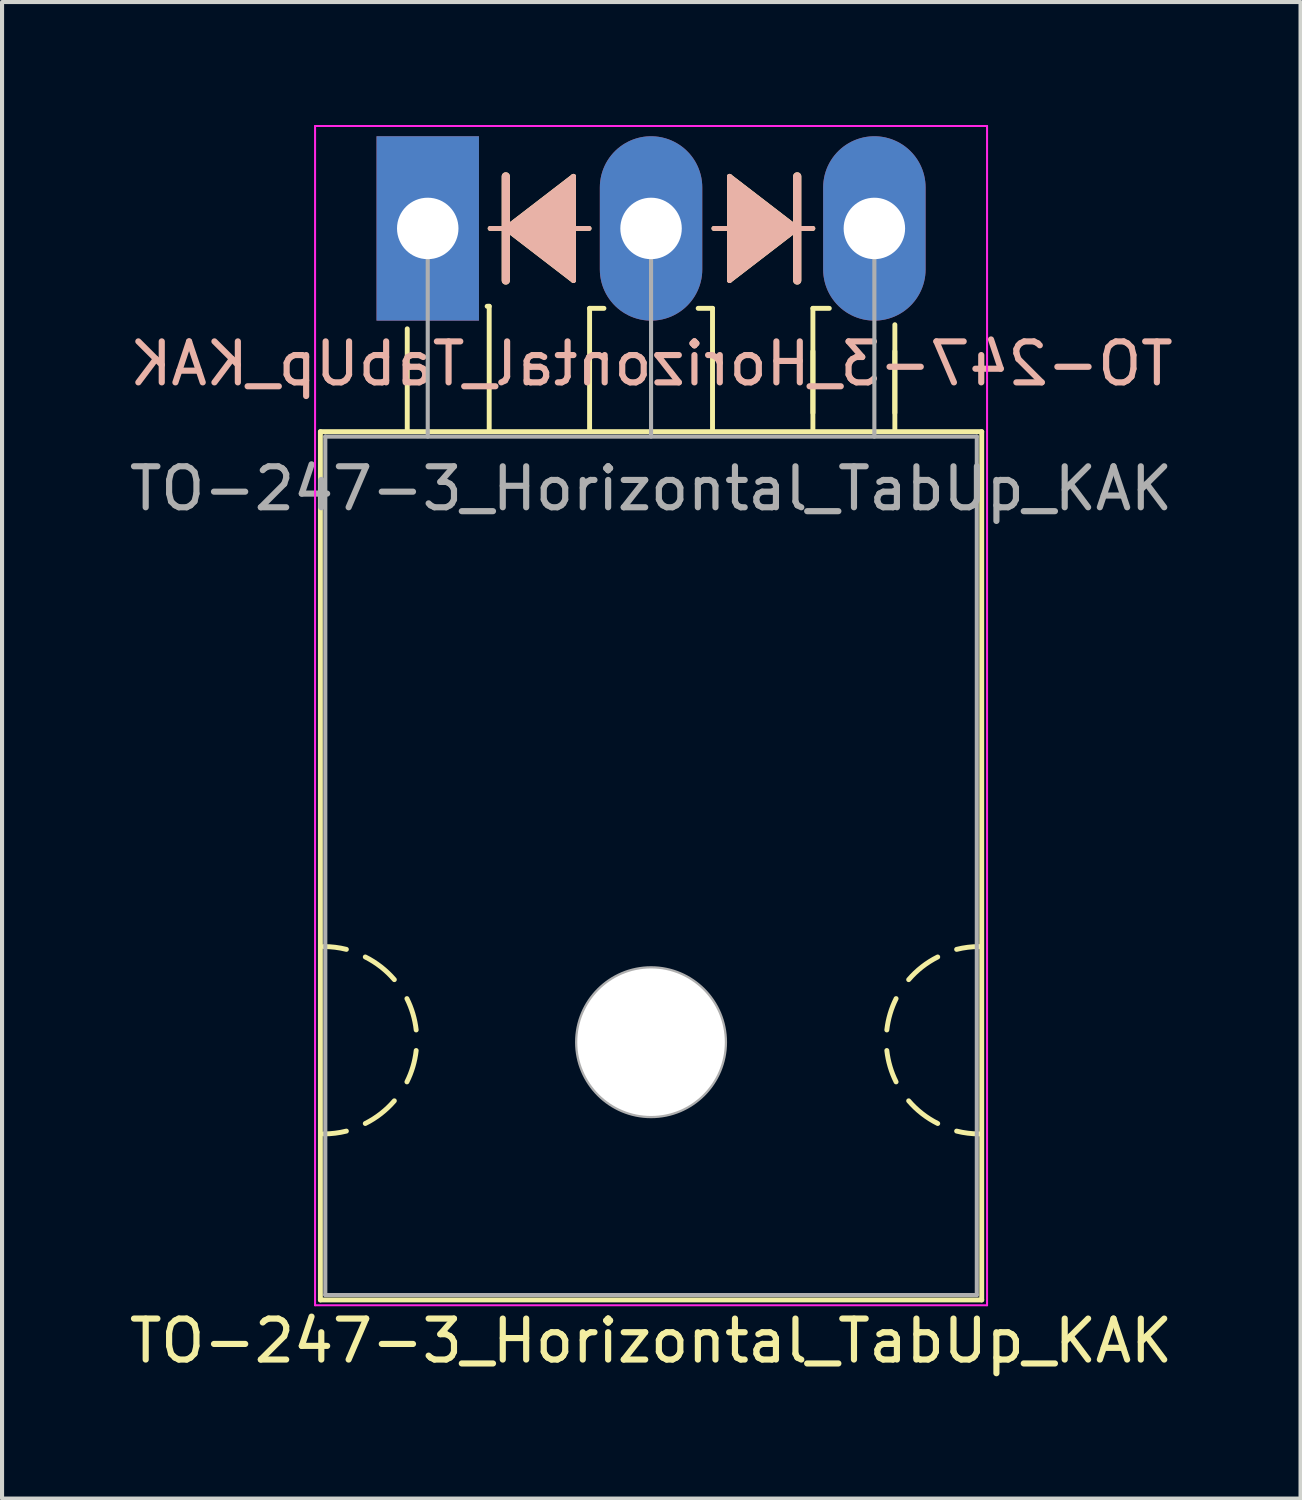
<source format=kicad_pcb>
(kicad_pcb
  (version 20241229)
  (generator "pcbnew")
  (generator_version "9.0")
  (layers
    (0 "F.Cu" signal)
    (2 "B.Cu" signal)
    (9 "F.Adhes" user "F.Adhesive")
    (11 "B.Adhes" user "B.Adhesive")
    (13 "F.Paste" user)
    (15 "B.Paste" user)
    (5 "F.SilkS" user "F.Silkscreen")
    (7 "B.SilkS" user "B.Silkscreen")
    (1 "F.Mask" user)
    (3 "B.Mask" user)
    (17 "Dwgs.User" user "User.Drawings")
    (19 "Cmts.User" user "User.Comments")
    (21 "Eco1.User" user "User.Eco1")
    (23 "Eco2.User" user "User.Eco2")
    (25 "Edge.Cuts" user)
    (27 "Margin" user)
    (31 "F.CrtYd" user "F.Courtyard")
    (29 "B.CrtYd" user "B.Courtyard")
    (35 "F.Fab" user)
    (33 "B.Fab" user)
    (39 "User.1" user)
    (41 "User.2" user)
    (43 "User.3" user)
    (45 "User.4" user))
  (footprint "TO-247-3_Horizontal_TabUp_KAK"
    (layer "F.Cu")
    (at 7.389 2.525)
    (property "Reference" "TO-247-3_Horizontal_TabUp_KAK" (at 5.45 27.15 0) (layer "F.SilkS") (effects (font (size 1 1) (thickness 0.15))))
    (fp_line (start -2.62 4.96) (end -2.62 26.15) (stroke (width 0.12) (type solid)) (layer "F.SilkS"))
    (fp_line (start -2.62 4.96) (end 13.52 4.96) (stroke (width 0.12) (type solid)) (layer "F.SilkS"))
    (fp_line (start -2.62 26.15) (end 13.52 26.15) (stroke (width 0.12) (type solid)) (layer "F.SilkS"))
    (fp_line (start -0.5 4.9) (end -0.5 2.45) (stroke (width 0.12) (type solid)) (layer "F.SilkS"))
    (fp_line (start 1.5 1.9) (end 1.45 1.9) (stroke (width 0.12) (type solid)) (layer "F.SilkS"))
    (fp_line (start 1.5 4.9) (end 1.5 1.9) (stroke (width 0.12) (type solid)) (layer "F.SilkS"))
    (fp_line (start 1.524 0) (end 1.905 0) (stroke (width 0.12) (type solid)) (layer "F.SilkS"))
    (fp_line (start 1.905 -1.27) (end 1.905 0) (stroke (width 0.2) (type solid)) (layer "F.SilkS"))
    (fp_line (start 1.905 0) (end 1.905 1.27) (stroke (width 0.2) (type solid)) (layer "F.SilkS"))
    (fp_line (start 1.905 0) (end 3.556 1.27) (stroke (width 0.12) (type solid)) (layer "F.SilkS"))
    (fp_line (start 3.556 -1.27) (end 1.905 0) (stroke (width 0.12) (type solid)) (layer "F.SilkS"))
    (fp_line (start 3.556 1.27) (end 3.556 -1.27) (stroke (width 0.12) (type solid)) (layer "F.SilkS"))
    (fp_line (start 3.937 0) (end 3.556 0) (stroke (width 0.12) (type solid)) (layer "F.SilkS"))
    (fp_line (start 3.95 1.95) (end 4.3 1.95) (stroke (width 0.12) (type solid)) (layer "F.SilkS"))
    (fp_line (start 3.95 4.95) (end 3.95 1.95) (stroke (width 0.12) (type solid)) (layer "F.SilkS"))
    (fp_line (start 6.95 1.95) (end 6.6 1.95) (stroke (width 0.12) (type solid)) (layer "F.SilkS"))
    (fp_line (start 6.95 4.95) (end 6.95 1.95) (stroke (width 0.12) (type solid)) (layer "F.SilkS"))
    (fp_line (start 6.985 0) (end 7.366 0) (stroke (width 0.12) (type solid)) (layer "F.SilkS"))
    (fp_line (start 7.366 -1.27) (end 7.366 1.27) (stroke (width 0.12) (type solid)) (layer "F.SilkS"))
    (fp_line (start 7.366 1.27) (end 9.017 0) (stroke (width 0.12) (type solid)) (layer "F.SilkS"))
    (fp_line (start 9.017 0) (end 7.366 -1.27) (stroke (width 0.12) (type solid)) (layer "F.SilkS"))
    (fp_line (start 9.017 0) (end 9.017 -1.27) (stroke (width 0.2) (type solid)) (layer "F.SilkS"))
    (fp_line (start 9.017 1.27) (end 9.017 0) (stroke (width 0.2) (type solid)) (layer "F.SilkS"))
    (fp_line (start 9.398 0) (end 9.017 0) (stroke (width 0.12) (type solid)) (layer "F.SilkS"))
    (fp_line (start 9.4 1.95) (end 9.8 1.95) (stroke (width 0.12) (type solid)) (layer "F.SilkS"))
    (fp_line (start 9.4 4.5) (end 9.4 3) (stroke (width 0.12) (type solid)) (layer "F.SilkS"))
    (fp_line (start 9.4 4.95) (end 9.4 1.95) (stroke (width 0.12) (type solid)) (layer "F.SilkS"))
    (fp_line (start 11.4 4.5) (end 11.4 3) (stroke (width 0.12) (type solid)) (layer "F.SilkS"))
    (fp_line (start 11.4 4.95) (end 11.4 2.35) (stroke (width 0.12) (type solid)) (layer "F.SilkS"))
    (fp_line (start 13.52 4.96) (end 13.52 26.15) (stroke (width 0.12) (type solid)) (layer "F.SilkS"))
    (fp_arc (start -2.54 17.526) (mid -2.260689 17.543128) (end -1.985564 17.594254) (stroke (width 0.12) (type solid)) (layer "F.SilkS"))
    (fp_arc (start -1.985564 22.029746) (mid -2.260689 22.080872) (end -2.54 22.098) (stroke (width 0.12) (type solid)) (layer "F.SilkS"))
    (fp_arc (start -1.524001 17.780001) (mid -1.14188 18.02132) (end -0.815088 18.333504) (stroke (width 0.12) (type solid)) (layer "F.SilkS"))
    (fp_arc (start -0.815087 21.290497) (mid -1.141879 21.60268) (end -1.524 21.844) (stroke (width 0.12) (type solid)) (layer "F.SilkS"))
    (fp_arc (start -0.508001 18.796001) (mid -0.361178 19.168563) (end -0.282051 19.561117) (stroke (width 0.12) (type solid)) (layer "F.SilkS"))
    (fp_arc (start -0.282051 20.062883) (mid -0.361178 20.455437) (end -0.508001 20.827999) (stroke (width 0.12) (type solid)) (layer "F.SilkS"))
    (fp_arc (start 11.204051 19.561117) (mid 11.283178 19.168563) (end 11.430001 18.796001) (stroke (width 0.12) (type solid)) (layer "F.SilkS"))
    (fp_arc (start 11.430001 20.827999) (mid 11.283178 20.455437) (end 11.204051 20.062883) (stroke (width 0.12) (type solid)) (layer "F.SilkS"))
    (fp_arc (start 11.737087 18.333503) (mid 12.063879 18.02132) (end 12.446 17.78) (stroke (width 0.12) (type solid)) (layer "F.SilkS"))
    (fp_arc (start 12.446001 21.843999) (mid 12.06388 21.60268) (end 11.737088 21.290496) (stroke (width 0.12) (type solid)) (layer "F.SilkS"))
    (fp_arc (start 12.907564 17.594254) (mid 13.182689 17.543128) (end 13.462 17.526) (stroke (width 0.12) (type solid)) (layer "F.SilkS"))
    (fp_arc (start 13.462 22.098) (mid 13.182689 22.080872) (end 12.907564 22.029746) (stroke (width 0.12) (type solid)) (layer "F.SilkS"))
    (fp_poly (pts (xy 3.556 1.27) (xy 1.905 0) (xy 3.556 -1.27)) (stroke (width 0.1) (type solid)) (fill yes) (layer "F.SilkS"))
    (fp_poly (pts (xy 9.017 0) (xy 7.366 1.27) (xy 7.366 -1.27)) (stroke (width 0.1) (type solid)) (fill yes) (layer "F.SilkS"))
    (fp_line (start 1.524 0) (end 1.905 0) (stroke (width 0.12) (type solid)) (layer "B.SilkS"))
    (fp_line (start 1.905 0) (end 1.905 -1.27) (stroke (width 0.2) (type solid)) (layer "B.SilkS"))
    (fp_line (start 1.905 0) (end 3.556 -1.27) (stroke (width 0.12) (type solid)) (layer "B.SilkS"))
    (fp_line (start 1.905 1.27) (end 1.905 0) (stroke (width 0.2) (type solid)) (layer "B.SilkS"))
    (fp_line (start 3.556 -1.27) (end 3.556 1.27) (stroke (width 0.12) (type solid)) (layer "B.SilkS"))
    (fp_line (start 3.556 1.27) (end 1.905 0) (stroke (width 0.12) (type solid)) (layer "B.SilkS"))
    (fp_line (start 3.937 0) (end 3.556 0) (stroke (width 0.12) (type solid)) (layer "B.SilkS"))
    (fp_line (start 6.985 0) (end 7.366 0) (stroke (width 0.12) (type solid)) (layer "B.SilkS"))
    (fp_line (start 7.366 -1.27) (end 9.017 0) (stroke (width 0.12) (type solid)) (layer "B.SilkS"))
    (fp_line (start 7.366 1.27) (end 7.366 -1.27) (stroke (width 0.12) (type solid)) (layer "B.SilkS"))
    (fp_line (start 9.017 -1.27) (end 9.017 0) (stroke (width 0.2) (type solid)) (layer "B.SilkS"))
    (fp_line (start 9.017 0) (end 7.366 1.27) (stroke (width 0.12) (type solid)) (layer "B.SilkS"))
    (fp_line (start 9.017 0) (end 9.017 1.27) (stroke (width 0.2) (type solid)) (layer "B.SilkS"))
    (fp_line (start 9.398 0) (end 9.017 0) (stroke (width 0.12) (type solid)) (layer "B.SilkS"))
    (fp_poly (pts (xy 3.556 -1.27) (xy 1.905 0) (xy 3.556 1.27)) (stroke (width 0.1) (type solid)) (fill yes) (layer "B.SilkS"))
    (fp_poly (pts (xy 7.366 1.27) (xy 9.017 0) (xy 7.366 -1.27)) (stroke (width 0.1) (type solid)) (fill yes) (layer "B.SilkS"))
    (fp_line (start -2.75 -2.5) (end -2.75 26.28) (stroke (width 0.05) (type solid)) (layer "F.CrtYd"))
    (fp_line (start -2.75 26.28) (end 13.65 26.28) (stroke (width 0.05) (type solid)) (layer "F.CrtYd"))
    (fp_line (start 13.65 -2.5) (end -2.75 -2.5) (stroke (width 0.05) (type solid)) (layer "F.CrtYd"))
    (fp_line (start 13.65 26.28) (end 13.65 -2.5) (stroke (width 0.05) (type solid)) (layer "F.CrtYd"))
    (fp_line (start -2.5 5.08) (end -2.5 26.03) (stroke (width 0.1) (type solid)) (layer "F.Fab"))
    (fp_line (start -2.5 26.03) (end 13.4 26.03) (stroke (width 0.1) (type solid)) (layer "F.Fab"))
    (fp_line (start 0 5.08) (end 0 0) (stroke (width 0.1) (type solid)) (layer "F.Fab"))
    (fp_line (start 5.45 5.08) (end 5.45 0) (stroke (width 0.1) (type solid)) (layer "F.Fab"))
    (fp_line (start 10.9 5.08) (end 10.9 0) (stroke (width 0.1) (type solid)) (layer "F.Fab"))
    (fp_line (start 13.4 5.08) (end -2.5 5.08) (stroke (width 0.1) (type solid)) (layer "F.Fab"))
    (fp_line (start 13.4 26.03) (end 13.4 5.08) (stroke (width 0.1) (type solid)) (layer "F.Fab"))
    (fp_circle (center 5.45 19.86) (end 7.255 19.86) (stroke (width 0.1) (type solid)) (fill no) (layer "F.Fab"))
    (fp_text user "${REFERENCE}" (at 5.461 3.302 0) (layer "B.SilkS") (effects (font (size 1 1) (thickness 0.15)) (justify mirror)))
    (fp_text user "${REFERENCE}" (at 5.45 6.35 0) (layer "F.Fab") (effects (font (size 1 1) (thickness 0.15))))
    (pad "" np_thru_hole oval (at 5.45 19.86) (size 3.6 3.6) (drill 3.6) (layers "*.Cu" "*.Mask"))
    (pad "1" thru_hole rect (at 0 0) (size 2.5 4.5) (drill 1.5) (layers "*.Cu" "*.Mask"))
    (pad "2" thru_hole oval (at 5.45 0) (size 2.5 4.5) (drill 1.5) (layers "*.Cu" "*.Mask"))
    (pad "3" thru_hole oval (at 10.9 0) (size 2.5 4.5) (drill 1.5) (layers "*.Cu" "*.Mask")))
  (gr_rect
    (start -3 -3)
    (end 28.69 33.523)
    (stroke (width 0.1) (type default))
    (fill no)
    (layer "Edge.Cuts")))
</source>
